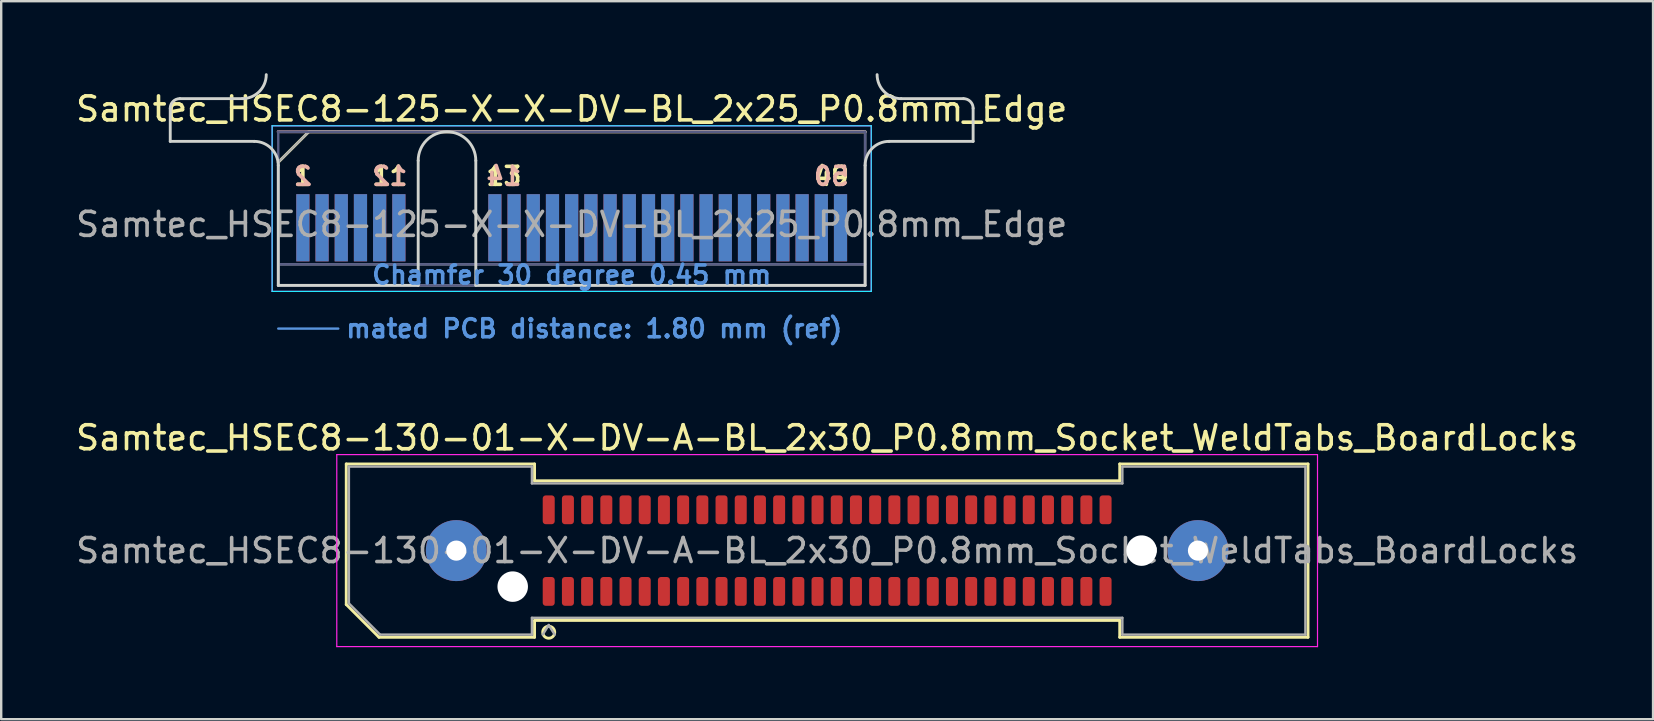
<source format=kicad_pcb>
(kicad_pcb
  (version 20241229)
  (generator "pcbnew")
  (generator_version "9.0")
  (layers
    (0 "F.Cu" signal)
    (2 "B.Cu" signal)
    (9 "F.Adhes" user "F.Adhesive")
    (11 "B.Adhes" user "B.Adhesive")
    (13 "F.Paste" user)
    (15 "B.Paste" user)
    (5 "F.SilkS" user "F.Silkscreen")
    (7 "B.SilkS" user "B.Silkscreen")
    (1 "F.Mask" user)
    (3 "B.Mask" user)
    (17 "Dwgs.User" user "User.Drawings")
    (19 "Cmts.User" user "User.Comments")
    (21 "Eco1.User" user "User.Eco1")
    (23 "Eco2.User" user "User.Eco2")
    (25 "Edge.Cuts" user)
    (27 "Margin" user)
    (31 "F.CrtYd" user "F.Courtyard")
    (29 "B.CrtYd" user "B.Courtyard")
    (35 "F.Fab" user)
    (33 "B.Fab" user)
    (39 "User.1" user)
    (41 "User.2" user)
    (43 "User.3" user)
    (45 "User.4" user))
  (footprint "Samtec_HSEC8-125-X-X-DV-BL_2x25_P0.8mm_Edge"
    (layer "F.Cu")
    (at 20.768 8.84)
    (property "Reference" "Samtec_HSEC8-125-X-X-DV-BL_2x25_P0.8mm_Edge" (at 0 -7.35 0) (layer "F.SilkS") (effects (font (size 1 1) (thickness 0.15))))
    (attr exclude_from_pos_files exclude_from_bom)
    (fp_line (start -12.225 -5.13) (end -10.955 -6.4) (stroke (width 0.12) (type solid)) (layer "F.SilkS"))
    (fp_line (start -10.955 -6.4) (end 12.225 -6.4) (stroke (width 0.12) (type solid)) (layer "F.SilkS"))
    (fp_line (start -12.225 -6.4) (end -12.225 -6.4) (stroke (width 0.12) (type solid)) (layer "B.SilkS"))
    (fp_line (start -12.225 -6.4) (end 12.225 -6.4) (stroke (width 0.12) (type solid)) (layer "B.SilkS"))
    (fp_line (start -12.225 1.8) (end -9.725 1.8) (stroke (width 0.1) (type solid)) (layer "Cmts.User"))
    (fp_line (start -16.725 -6) (end -16.725 -7.38) (stroke (width 0.12) (type solid)) (layer "Edge.Cuts"))
    (fp_line (start -16.325 -7.78) (end -13.725 -7.78) (stroke (width 0.12) (type solid)) (layer "Edge.Cuts"))
    (fp_line (start -13.225 -6) (end -16.725 -6) (stroke (width 0.12) (type solid)) (layer "Edge.Cuts"))
    (fp_line (start -12.225 -5) (end -12.225 0) (stroke (width 0.12) (type solid)) (layer "Edge.Cuts"))
    (fp_line (start -12.225 0) (end -6.395 0) (stroke (width 0.12) (type solid)) (layer "Edge.Cuts"))
    (fp_line (start -6.395 0) (end -6.395 -5.2) (stroke (width 0.12) (type solid)) (layer "Edge.Cuts"))
    (fp_line (start -3.995 -5.2) (end -3.995 0) (stroke (width 0.12) (type solid)) (layer "Edge.Cuts"))
    (fp_line (start -3.995 0) (end 12.225 0) (stroke (width 0.12) (type solid)) (layer "Edge.Cuts"))
    (fp_line (start 12.225 0) (end 12.225 -5) (stroke (width 0.12) (type solid)) (layer "Edge.Cuts"))
    (fp_line (start 13.225 -6) (end 16.725 -6) (stroke (width 0.12) (type solid)) (layer "Edge.Cuts"))
    (fp_line (start 16.325 -7.78) (end 13.725 -7.78) (stroke (width 0.12) (type solid)) (layer "Edge.Cuts"))
    (fp_line (start 16.725 -6) (end 16.725 -7.38) (stroke (width 0.12) (type solid)) (layer "Edge.Cuts"))
    (fp_arc (start -16.725 -7.38) (mid -16.607843 -7.662843) (end -16.325 -7.78) (stroke (width 0.12) (type solid)) (layer "Edge.Cuts"))
    (fp_arc (start -13.225 -6) (mid -12.517893 -5.707107) (end -12.225 -5) (stroke (width 0.12) (type solid)) (layer "Edge.Cuts"))
    (fp_arc (start -12.725 -8.78) (mid -13.017893 -8.072893) (end -13.725 -7.78) (stroke (width 0.12) (type solid)) (layer "Edge.Cuts"))
    (fp_arc (start -6.395 -5.2) (mid -5.195 -6.4) (end -3.995 -5.2) (stroke (width 0.12) (type solid)) (layer "Edge.Cuts"))
    (fp_arc (start 12.225 -5) (mid 12.517893 -5.707107) (end 13.225 -6) (stroke (width 0.12) (type solid)) (layer "Edge.Cuts"))
    (fp_arc (start 13.725 -7.78) (mid 13.017893 -8.072893) (end 12.725 -8.78) (stroke (width 0.12) (type solid)) (layer "Edge.Cuts"))
    (fp_arc (start 16.325 -7.78) (mid 16.607843 -7.662843) (end 16.725 -7.38) (stroke (width 0.12) (type solid)) (layer "Edge.Cuts"))
    (fp_line (start -12.48 -6.65) (end -12.48 0.25) (stroke (width 0.05) (type solid)) (layer "B.CrtYd"))
    (fp_line (start -12.48 0.25) (end 12.48 0.25) (stroke (width 0.05) (type solid)) (layer "B.CrtYd"))
    (fp_line (start 12.48 -6.65) (end -12.48 -6.65) (stroke (width 0.05) (type solid)) (layer "B.CrtYd"))
    (fp_line (start 12.48 0.25) (end 12.48 -6.65) (stroke (width 0.05) (type solid)) (layer "B.CrtYd"))
    (fp_line (start -12.48 -6.65) (end -12.48 0.25) (stroke (width 0.05) (type solid)) (layer "F.CrtYd"))
    (fp_line (start -12.48 0.25) (end 12.48 0.25) (stroke (width 0.05) (type solid)) (layer "F.CrtYd"))
    (fp_line (start 12.48 -6.65) (end -12.48 -6.65) (stroke (width 0.05) (type solid)) (layer "F.CrtYd"))
    (fp_line (start 12.48 0.25) (end 12.48 -6.65) (stroke (width 0.05) (type solid)) (layer "F.CrtYd"))
    (fp_line (start -12.225 -6.4) (end -12.225 -6.4) (stroke (width 0.1) (type solid)) (layer "B.Fab"))
    (fp_line (start -12.225 -6.4) (end -12.225 0) (stroke (width 0.1) (type solid)) (layer "B.Fab"))
    (fp_line (start -12.225 -6.4) (end 12.225 -6.4) (stroke (width 0.1) (type solid)) (layer "B.Fab"))
    (fp_line (start -12.225 -0.88) (end 12.225 -0.88) (stroke (width 0.1) (type solid)) (layer "B.Fab"))
    (fp_line (start -12.225 0) (end 12.225 0) (stroke (width 0.1) (type solid)) (layer "B.Fab"))
    (fp_line (start 12.225 -6.4) (end 12.225 0) (stroke (width 0.1) (type solid)) (layer "B.Fab"))
    (fp_line (start -12.225 -5.13) (end -12.225 0) (stroke (width 0.1) (type solid)) (layer "F.Fab"))
    (fp_line (start -12.225 -5.13) (end -10.955 -6.4) (stroke (width 0.1) (type solid)) (layer "F.Fab"))
    (fp_line (start -12.225 -0.88) (end 12.225 -0.88) (stroke (width 0.1) (type solid)) (layer "F.Fab"))
    (fp_line (start -12.225 0) (end 12.225 0) (stroke (width 0.1) (type solid)) (layer "F.Fab"))
    (fp_line (start -10.955 -6.4) (end 12.225 -6.4) (stroke (width 0.1) (type solid)) (layer "F.Fab"))
    (fp_line (start 12.225 -6.4) (end 12.225 0) (stroke (width 0.1) (type solid)) (layer "F.Fab"))
    (fp_text user "13" (at -2.825 -4.55 0) (layer "F.SilkS") (effects (font (size 0.75 0.75) (thickness 0.15))))
    (fp_text user "1" (at -11.2 -4.55 0) (layer "F.SilkS") (effects (font (size 0.75 0.75) (thickness 0.15))))
    (fp_text user "11" (at -7.575 -4.55 0) (layer "F.SilkS") (effects (font (size 0.75 0.75) (thickness 0.15))))
    (fp_text user "49" (at 10.825 -4.55 0) (layer "F.SilkS") (effects (font (size 0.75 0.75) (thickness 0.15))))
    (fp_text user "12" (at -7.575 -4.55 0) (layer "B.SilkS") (effects (font (size 0.75 0.75) (thickness 0.15)) (justify mirror)))
    (fp_text user "2" (at -11.2 -4.55 0) (layer "B.SilkS") (effects (font (size 0.75 0.75) (thickness 0.15)) (justify mirror)))
    (fp_text user "14" (at -2.825 -4.55 0) (layer "B.SilkS") (effects (font (size 0.75 0.75) (thickness 0.15)) (justify mirror)))
    (fp_text user "50" (at 10.825 -4.55 0) (layer "B.SilkS") (effects (font (size 0.75 0.75) (thickness 0.15)) (justify mirror)))
    (fp_text user "Chamfer 30 degree 0.45 mm" (at 0 -0.44 0) (layer "Cmts.User") (effects (font (size 0.75 0.75) (thickness 0.15))))
    (fp_text user "mated PCB distance: 1.80 mm (ref)" (at -9.48 1.8 0) (layer "Cmts.User") (effects (font (size 0.75 0.75) (thickness 0.15)) (justify left)))
    (fp_text user "${REFERENCE}" (at 0 -2.54 0) (layer "F.Fab") (effects (font (size 1 1) (thickness 0.15))))
    (pad "1" connect rect (at -11.2 -2.4) (size 0.55 2.8) (layers "F.Cu" "F.Mask"))
    (pad "2" connect rect (at -11.2 -2.4) (size 0.55 2.8) (layers "B.Cu" "B.Mask"))
    (pad "3" connect rect (at -10.4 -2.4) (size 0.55 2.8) (layers "F.Cu" "F.Mask"))
    (pad "4" connect rect (at -10.4 -2.4) (size 0.55 2.8) (layers "B.Cu" "B.Mask"))
    (pad "5" connect rect (at -9.6 -2.4) (size 0.55 2.8) (layers "F.Cu" "F.Mask"))
    (pad "6" connect rect (at -9.6 -2.4) (size 0.55 2.8) (layers "B.Cu" "B.Mask"))
    (pad "7" connect rect (at -8.8 -2.4) (size 0.55 2.8) (layers "F.Cu" "F.Mask"))
    (pad "8" connect rect (at -8.8 -2.4) (size 0.55 2.8) (layers "B.Cu" "B.Mask"))
    (pad "9" connect rect (at -8 -2.4) (size 0.55 2.8) (layers "F.Cu" "F.Mask"))
    (pad "10" connect rect (at -8 -2.4) (size 0.55 2.8) (layers "B.Cu" "B.Mask"))
    (pad "11" connect rect (at -7.2 -2.4) (size 0.55 2.8) (layers "F.Cu" "F.Mask"))
    (pad "12" connect rect (at -7.2 -2.4) (size 0.55 2.8) (layers "B.Cu" "B.Mask"))
    (pad "13" connect rect (at -3.2 -2.4) (size 0.55 2.8) (layers "F.Cu" "F.Mask"))
    (pad "14" connect rect (at -3.2 -2.4) (size 0.55 2.8) (layers "B.Cu" "B.Mask"))
    (pad "15" connect rect (at -2.4 -2.4) (size 0.55 2.8) (layers "F.Cu" "F.Mask"))
    (pad "16" connect rect (at -2.4 -2.4) (size 0.55 2.8) (layers "B.Cu" "B.Mask"))
    (pad "17" connect rect (at -1.6 -2.4) (size 0.55 2.8) (layers "F.Cu" "F.Mask"))
    (pad "18" connect rect (at -1.6 -2.4) (size 0.55 2.8) (layers "B.Cu" "B.Mask"))
    (pad "19" connect rect (at -0.8 -2.4) (size 0.55 2.8) (layers "F.Cu" "F.Mask"))
    (pad "20" connect rect (at -0.8 -2.4) (size 0.55 2.8) (layers "B.Cu" "B.Mask"))
    (pad "21" connect rect (at 0 -2.4) (size 0.55 2.8) (layers "F.Cu" "F.Mask"))
    (pad "22" connect rect (at 0 -2.4) (size 0.55 2.8) (layers "B.Cu" "B.Mask"))
    (pad "23" connect rect (at 0.8 -2.4) (size 0.55 2.8) (layers "F.Cu" "F.Mask"))
    (pad "24" connect rect (at 0.8 -2.4) (size 0.55 2.8) (layers "B.Cu" "B.Mask"))
    (pad "25" connect rect (at 1.6 -2.4) (size 0.55 2.8) (layers "F.Cu" "F.Mask"))
    (pad "26" connect rect (at 1.6 -2.4) (size 0.55 2.8) (layers "B.Cu" "B.Mask"))
    (pad "27" connect rect (at 2.4 -2.4) (size 0.55 2.8) (layers "F.Cu" "F.Mask"))
    (pad "28" connect rect (at 2.4 -2.4) (size 0.55 2.8) (layers "B.Cu" "B.Mask"))
    (pad "29" connect rect (at 3.2 -2.4) (size 0.55 2.8) (layers "F.Cu" "F.Mask"))
    (pad "30" connect rect (at 3.2 -2.4) (size 0.55 2.8) (layers "B.Cu" "B.Mask"))
    (pad "31" connect rect (at 4 -2.4) (size 0.55 2.8) (layers "F.Cu" "F.Mask"))
    (pad "32" connect rect (at 4 -2.4) (size 0.55 2.8) (layers "B.Cu" "B.Mask"))
    (pad "33" connect rect (at 4.8 -2.4) (size 0.55 2.8) (layers "F.Cu" "F.Mask"))
    (pad "34" connect rect (at 4.8 -2.4) (size 0.55 2.8) (layers "B.Cu" "B.Mask"))
    (pad "35" connect rect (at 5.6 -2.4) (size 0.55 2.8) (layers "F.Cu" "F.Mask"))
    (pad "36" connect rect (at 5.6 -2.4) (size 0.55 2.8) (layers "B.Cu" "B.Mask"))
    (pad "37" connect rect (at 6.4 -2.4) (size 0.55 2.8) (layers "F.Cu" "F.Mask"))
    (pad "38" connect rect (at 6.4 -2.4) (size 0.55 2.8) (layers "B.Cu" "B.Mask"))
    (pad "39" connect rect (at 7.2 -2.4) (size 0.55 2.8) (layers "F.Cu" "F.Mask"))
    (pad "40" connect rect (at 7.2 -2.4) (size 0.55 2.8) (layers "B.Cu" "B.Mask"))
    (pad "41" connect rect (at 8 -2.4) (size 0.55 2.8) (layers "F.Cu" "F.Mask"))
    (pad "42" connect rect (at 8 -2.4) (size 0.55 2.8) (layers "B.Cu" "B.Mask"))
    (pad "43" connect rect (at 8.8 -2.4) (size 0.55 2.8) (layers "F.Cu" "F.Mask"))
    (pad "44" connect rect (at 8.8 -2.4) (size 0.55 2.8) (layers "B.Cu" "B.Mask"))
    (pad "45" connect rect (at 9.6 -2.4) (size 0.55 2.8) (layers "F.Cu" "F.Mask"))
    (pad "46" connect rect (at 9.6 -2.4) (size 0.55 2.8) (layers "B.Cu" "B.Mask"))
    (pad "47" connect rect (at 10.4 -2.4) (size 0.55 2.8) (layers "F.Cu" "F.Mask"))
    (pad "48" connect rect (at 10.4 -2.4) (size 0.55 2.8) (layers "B.Cu" "B.Mask"))
    (pad "49" connect rect (at 11.2 -2.4) (size 0.55 2.8) (layers "F.Cu" "F.Mask"))
    (pad "50" connect rect (at 11.2 -2.4) (size 0.55 2.8) (layers "B.Cu" "B.Mask")))
  (footprint "Samtec_HSEC8-130-01-X-DV-A-BL_2x30_P0.8mm_Socket_WeldTabs_BoardLocks"
    (layer "F.Cu")
    (at 31.411 19.89)
    (property "Reference" "Samtec_HSEC8-130-01-X-DV-A-BL_2x30_P0.8mm_Socket_WeldTabs_BoardLocks" (at 0 -4.7 0) (layer "F.SilkS") (effects (font (size 1 1) (thickness 0.15))))
    (attr smd)
    (fp_line (start -20.035 -3.61) (end -12.19 -3.61) (stroke (width 0.12) (type solid)) (layer "F.SilkS"))
    (fp_line (start -20.035 2.246) (end -20.035 -3.61) (stroke (width 0.12) (type solid)) (layer "F.SilkS"))
    (fp_line (start -18.671 3.61) (end -20.035 2.246) (stroke (width 0.12) (type solid)) (layer "F.SilkS"))
    (fp_line (start -12.19 -3.61) (end -12.19 -2.91) (stroke (width 0.12) (type solid)) (layer "F.SilkS"))
    (fp_line (start -12.19 -2.91) (end 12.19 -2.91) (stroke (width 0.12) (type solid)) (layer "F.SilkS"))
    (fp_line (start -12.19 2.91) (end -12.19 3.61) (stroke (width 0.12) (type solid)) (layer "F.SilkS"))
    (fp_line (start -12.19 3.61) (end -18.671 3.61) (stroke (width 0.12) (type solid)) (layer "F.SilkS"))
    (fp_line (start 12.19 -3.61) (end 20.035 -3.61) (stroke (width 0.12) (type solid)) (layer "F.SilkS"))
    (fp_line (start 12.19 -2.91) (end 12.19 -3.61) (stroke (width 0.12) (type solid)) (layer "F.SilkS"))
    (fp_line (start 12.19 2.91) (end -12.19 2.91) (stroke (width 0.12) (type solid)) (layer "F.SilkS"))
    (fp_line (start 12.19 3.61) (end 12.19 2.91) (stroke (width 0.12) (type solid)) (layer "F.SilkS"))
    (fp_line (start 20.035 -3.61) (end 20.035 3.61) (stroke (width 0.12) (type solid)) (layer "F.SilkS"))
    (fp_line (start 20.035 3.61) (end 12.19 3.61) (stroke (width 0.12) (type solid)) (layer "F.SilkS"))
    (fp_circle (center -11.6 3.4) (end -11.35 3.4) (stroke (width 0.12) (type solid)) (fill no) (layer "F.SilkS"))
    (fp_line (start -20.43 -4) (end -20.43 4) (stroke (width 0.05) (type solid)) (layer "F.CrtYd"))
    (fp_line (start -20.43 4) (end 20.43 4) (stroke (width 0.05) (type solid)) (layer "F.CrtYd"))
    (fp_line (start 20.43 -4) (end -20.43 -4) (stroke (width 0.05) (type solid)) (layer "F.CrtYd"))
    (fp_line (start 20.43 4) (end 20.43 -4) (stroke (width 0.05) (type solid)) (layer "F.CrtYd"))
    (fp_line (start -19.925 -3.5) (end -12.3 -3.5) (stroke (width 0.1) (type solid)) (layer "F.Fab"))
    (fp_line (start -19.925 2.2) (end -19.925 -3.5) (stroke (width 0.1) (type solid)) (layer "F.Fab"))
    (fp_line (start -18.625 3.5) (end -19.925 2.2) (stroke (width 0.1) (type solid)) (layer "F.Fab"))
    (fp_line (start -12.3 -3.5) (end -12.3 -2.8) (stroke (width 0.1) (type solid)) (layer "F.Fab"))
    (fp_line (start -12.3 -2.8) (end 12.3 -2.8) (stroke (width 0.1) (type solid)) (layer "F.Fab"))
    (fp_line (start -12.3 2.8) (end -12.3 3.5) (stroke (width 0.1) (type solid)) (layer "F.Fab"))
    (fp_line (start -12.3 3.5) (end -18.625 3.5) (stroke (width 0.1) (type solid)) (layer "F.Fab"))
    (fp_line (start -11.6 3.1) (end -11.85 3.5) (stroke (width 0.1) (type solid)) (layer "F.Fab"))
    (fp_line (start -11.6 3.1) (end -11.35 3.5) (stroke (width 0.1) (type solid)) (layer "F.Fab"))
    (fp_line (start 12.3 -3.5) (end 19.925 -3.5) (stroke (width 0.1) (type solid)) (layer "F.Fab"))
    (fp_line (start 12.3 -2.8) (end 12.3 -3.5) (stroke (width 0.1) (type solid)) (layer "F.Fab"))
    (fp_line (start 12.3 2.8) (end -12.3 2.8) (stroke (width 0.1) (type solid)) (layer "F.Fab"))
    (fp_line (start 12.3 3.5) (end 12.3 2.8) (stroke (width 0.1) (type solid)) (layer "F.Fab"))
    (fp_line (start 19.925 -3.5) (end 19.925 3.5) (stroke (width 0.1) (type solid)) (layer "F.Fab"))
    (fp_line (start 19.925 3.5) (end 12.3 3.5) (stroke (width 0.1) (type solid)) (layer "F.Fab"))
    (fp_text user "${REFERENCE}" (at 0 0 0) (layer "F.Fab") (effects (font (size 1 1) (thickness 0.15))))
    (pad "" thru_hole circle (at -15.45 0) (size 2.54 2.54) (drill 0.84) (layers "*.Cu" "*.Mask" "F.Paste"))
    (pad "" np_thru_hole circle (at -13.1 1.5) (size 1.27 1.27) (drill 1.27) (layers "*.Cu" "*.Mask"))
    (pad "" np_thru_hole circle (at 13.1 0) (size 1.27 1.27) (drill 1.27) (layers "*.Cu" "*.Mask"))
    (pad "" thru_hole circle (at 15.45 0) (size 2.54 2.54) (drill 0.84) (layers "*.Cu" "*.Mask" "F.Paste"))
    (pad "1" smd roundrect (at -11.6 1.7) (size 0.5 1.2) (layers "F.Cu" "F.Mask" "F.Paste") (roundrect_rratio 0.25))
    (pad "2" smd roundrect (at -11.6 -1.7) (size 0.5 1.2) (layers "F.Cu" "F.Mask" "F.Paste") (roundrect_rratio 0.25))
    (pad "3" smd roundrect (at -10.8 1.7) (size 0.5 1.2) (layers "F.Cu" "F.Mask" "F.Paste") (roundrect_rratio 0.25))
    (pad "4" smd roundrect (at -10.8 -1.7) (size 0.5 1.2) (layers "F.Cu" "F.Mask" "F.Paste") (roundrect_rratio 0.25))
    (pad "5" smd roundrect (at -10 1.7) (size 0.5 1.2) (layers "F.Cu" "F.Mask" "F.Paste") (roundrect_rratio 0.25))
    (pad "6" smd roundrect (at -10 -1.7) (size 0.5 1.2) (layers "F.Cu" "F.Mask" "F.Paste") (roundrect_rratio 0.25))
    (pad "7" smd roundrect (at -9.2 1.7) (size 0.5 1.2) (layers "F.Cu" "F.Mask" "F.Paste") (roundrect_rratio 0.25))
    (pad "8" smd roundrect (at -9.2 -1.7) (size 0.5 1.2) (layers "F.Cu" "F.Mask" "F.Paste") (roundrect_rratio 0.25))
    (pad "9" smd roundrect (at -8.4 1.7) (size 0.5 1.2) (layers "F.Cu" "F.Mask" "F.Paste") (roundrect_rratio 0.25))
    (pad "10" smd roundrect (at -8.4 -1.7) (size 0.5 1.2) (layers "F.Cu" "F.Mask" "F.Paste") (roundrect_rratio 0.25))
    (pad "11" smd roundrect (at -7.6 1.7) (size 0.5 1.2) (layers "F.Cu" "F.Mask" "F.Paste") (roundrect_rratio 0.25))
    (pad "12" smd roundrect (at -7.6 -1.7) (size 0.5 1.2) (layers "F.Cu" "F.Mask" "F.Paste") (roundrect_rratio 0.25))
    (pad "13" smd roundrect (at -6.8 1.7) (size 0.5 1.2) (layers "F.Cu" "F.Mask" "F.Paste") (roundrect_rratio 0.25))
    (pad "14" smd roundrect (at -6.8 -1.7) (size 0.5 1.2) (layers "F.Cu" "F.Mask" "F.Paste") (roundrect_rratio 0.25))
    (pad "15" smd roundrect (at -6 1.7) (size 0.5 1.2) (layers "F.Cu" "F.Mask" "F.Paste") (roundrect_rratio 0.25))
    (pad "16" smd roundrect (at -6 -1.7) (size 0.5 1.2) (layers "F.Cu" "F.Mask" "F.Paste") (roundrect_rratio 0.25))
    (pad "17" smd roundrect (at -5.2 1.7) (size 0.5 1.2) (layers "F.Cu" "F.Mask" "F.Paste") (roundrect_rratio 0.25))
    (pad "18" smd roundrect (at -5.2 -1.7) (size 0.5 1.2) (layers "F.Cu" "F.Mask" "F.Paste") (roundrect_rratio 0.25))
    (pad "19" smd roundrect (at -4.4 1.7) (size 0.5 1.2) (layers "F.Cu" "F.Mask" "F.Paste") (roundrect_rratio 0.25))
    (pad "20" smd roundrect (at -4.4 -1.7) (size 0.5 1.2) (layers "F.Cu" "F.Mask" "F.Paste") (roundrect_rratio 0.25))
    (pad "21" smd roundrect (at -3.6 1.7) (size 0.5 1.2) (layers "F.Cu" "F.Mask" "F.Paste") (roundrect_rratio 0.25))
    (pad "22" smd roundrect (at -3.6 -1.7) (size 0.5 1.2) (layers "F.Cu" "F.Mask" "F.Paste") (roundrect_rratio 0.25))
    (pad "23" smd roundrect (at -2.8 1.7) (size 0.5 1.2) (layers "F.Cu" "F.Mask" "F.Paste") (roundrect_rratio 0.25))
    (pad "24" smd roundrect (at -2.8 -1.7) (size 0.5 1.2) (layers "F.Cu" "F.Mask" "F.Paste") (roundrect_rratio 0.25))
    (pad "25" smd roundrect (at -2 1.7) (size 0.5 1.2) (layers "F.Cu" "F.Mask" "F.Paste") (roundrect_rratio 0.25))
    (pad "26" smd roundrect (at -2 -1.7) (size 0.5 1.2) (layers "F.Cu" "F.Mask" "F.Paste") (roundrect_rratio 0.25))
    (pad "27" smd roundrect (at -1.2 1.7) (size 0.5 1.2) (layers "F.Cu" "F.Mask" "F.Paste") (roundrect_rratio 0.25))
    (pad "28" smd roundrect (at -1.2 -1.7) (size 0.5 1.2) (layers "F.Cu" "F.Mask" "F.Paste") (roundrect_rratio 0.25))
    (pad "29" smd roundrect (at -0.4 1.7) (size 0.5 1.2) (layers "F.Cu" "F.Mask" "F.Paste") (roundrect_rratio 0.25))
    (pad "30" smd roundrect (at -0.4 -1.7) (size 0.5 1.2) (layers "F.Cu" "F.Mask" "F.Paste") (roundrect_rratio 0.25))
    (pad "31" smd roundrect (at 0.4 1.7) (size 0.5 1.2) (layers "F.Cu" "F.Mask" "F.Paste") (roundrect_rratio 0.25))
    (pad "32" smd roundrect (at 0.4 -1.7) (size 0.5 1.2) (layers "F.Cu" "F.Mask" "F.Paste") (roundrect_rratio 0.25))
    (pad "33" smd roundrect (at 1.2 1.7) (size 0.5 1.2) (layers "F.Cu" "F.Mask" "F.Paste") (roundrect_rratio 0.25))
    (pad "34" smd roundrect (at 1.2 -1.7) (size 0.5 1.2) (layers "F.Cu" "F.Mask" "F.Paste") (roundrect_rratio 0.25))
    (pad "35" smd roundrect (at 2 1.7) (size 0.5 1.2) (layers "F.Cu" "F.Mask" "F.Paste") (roundrect_rratio 0.25))
    (pad "36" smd roundrect (at 2 -1.7) (size 0.5 1.2) (layers "F.Cu" "F.Mask" "F.Paste") (roundrect_rratio 0.25))
    (pad "37" smd roundrect (at 2.8 1.7) (size 0.5 1.2) (layers "F.Cu" "F.Mask" "F.Paste") (roundrect_rratio 0.25))
    (pad "38" smd roundrect (at 2.8 -1.7) (size 0.5 1.2) (layers "F.Cu" "F.Mask" "F.Paste") (roundrect_rratio 0.25))
    (pad "39" smd roundrect (at 3.6 1.7) (size 0.5 1.2) (layers "F.Cu" "F.Mask" "F.Paste") (roundrect_rratio 0.25))
    (pad "40" smd roundrect (at 3.6 -1.7) (size 0.5 1.2) (layers "F.Cu" "F.Mask" "F.Paste") (roundrect_rratio 0.25))
    (pad "41" smd roundrect (at 4.4 1.7) (size 0.5 1.2) (layers "F.Cu" "F.Mask" "F.Paste") (roundrect_rratio 0.25))
    (pad "42" smd roundrect (at 4.4 -1.7) (size 0.5 1.2) (layers "F.Cu" "F.Mask" "F.Paste") (roundrect_rratio 0.25))
    (pad "43" smd roundrect (at 5.2 1.7) (size 0.5 1.2) (layers "F.Cu" "F.Mask" "F.Paste") (roundrect_rratio 0.25))
    (pad "44" smd roundrect (at 5.2 -1.7) (size 0.5 1.2) (layers "F.Cu" "F.Mask" "F.Paste") (roundrect_rratio 0.25))
    (pad "45" smd roundrect (at 6 1.7) (size 0.5 1.2) (layers "F.Cu" "F.Mask" "F.Paste") (roundrect_rratio 0.25))
    (pad "46" smd roundrect (at 6 -1.7) (size 0.5 1.2) (layers "F.Cu" "F.Mask" "F.Paste") (roundrect_rratio 0.25))
    (pad "47" smd roundrect (at 6.8 1.7) (size 0.5 1.2) (layers "F.Cu" "F.Mask" "F.Paste") (roundrect_rratio 0.25))
    (pad "48" smd roundrect (at 6.8 -1.7) (size 0.5 1.2) (layers "F.Cu" "F.Mask" "F.Paste") (roundrect_rratio 0.25))
    (pad "49" smd roundrect (at 7.6 1.7) (size 0.5 1.2) (layers "F.Cu" "F.Mask" "F.Paste") (roundrect_rratio 0.25))
    (pad "50" smd roundrect (at 7.6 -1.7) (size 0.5 1.2) (layers "F.Cu" "F.Mask" "F.Paste") (roundrect_rratio 0.25))
    (pad "51" smd roundrect (at 8.4 1.7) (size 0.5 1.2) (layers "F.Cu" "F.Mask" "F.Paste") (roundrect_rratio 0.25))
    (pad "52" smd roundrect (at 8.4 -1.7) (size 0.5 1.2) (layers "F.Cu" "F.Mask" "F.Paste") (roundrect_rratio 0.25))
    (pad "53" smd roundrect (at 9.2 1.7) (size 0.5 1.2) (layers "F.Cu" "F.Mask" "F.Paste") (roundrect_rratio 0.25))
    (pad "54" smd roundrect (at 9.2 -1.7) (size 0.5 1.2) (layers "F.Cu" "F.Mask" "F.Paste") (roundrect_rratio 0.25))
    (pad "55" smd roundrect (at 10 1.7) (size 0.5 1.2) (layers "F.Cu" "F.Mask" "F.Paste") (roundrect_rratio 0.25))
    (pad "56" smd roundrect (at 10 -1.7) (size 0.5 1.2) (layers "F.Cu" "F.Mask" "F.Paste") (roundrect_rratio 0.25))
    (pad "57" smd roundrect (at 10.8 1.7) (size 0.5 1.2) (layers "F.Cu" "F.Mask" "F.Paste") (roundrect_rratio 0.25))
    (pad "58" smd roundrect (at 10.8 -1.7) (size 0.5 1.2) (layers "F.Cu" "F.Mask" "F.Paste") (roundrect_rratio 0.25))
    (pad "59" smd roundrect (at 11.6 1.7) (size 0.5 1.2) (layers "F.Cu" "F.Mask" "F.Paste") (roundrect_rratio 0.25))
    (pad "60" smd roundrect (at 11.6 -1.7) (size 0.5 1.2) (layers "F.Cu" "F.Mask" "F.Paste") (roundrect_rratio 0.25)))
  (gr_rect
    (start -3 -3)
    (end 65.821 26.915)
    (stroke (width 0.1) (type default))
    (fill no)
    (layer "Edge.Cuts")))
</source>
